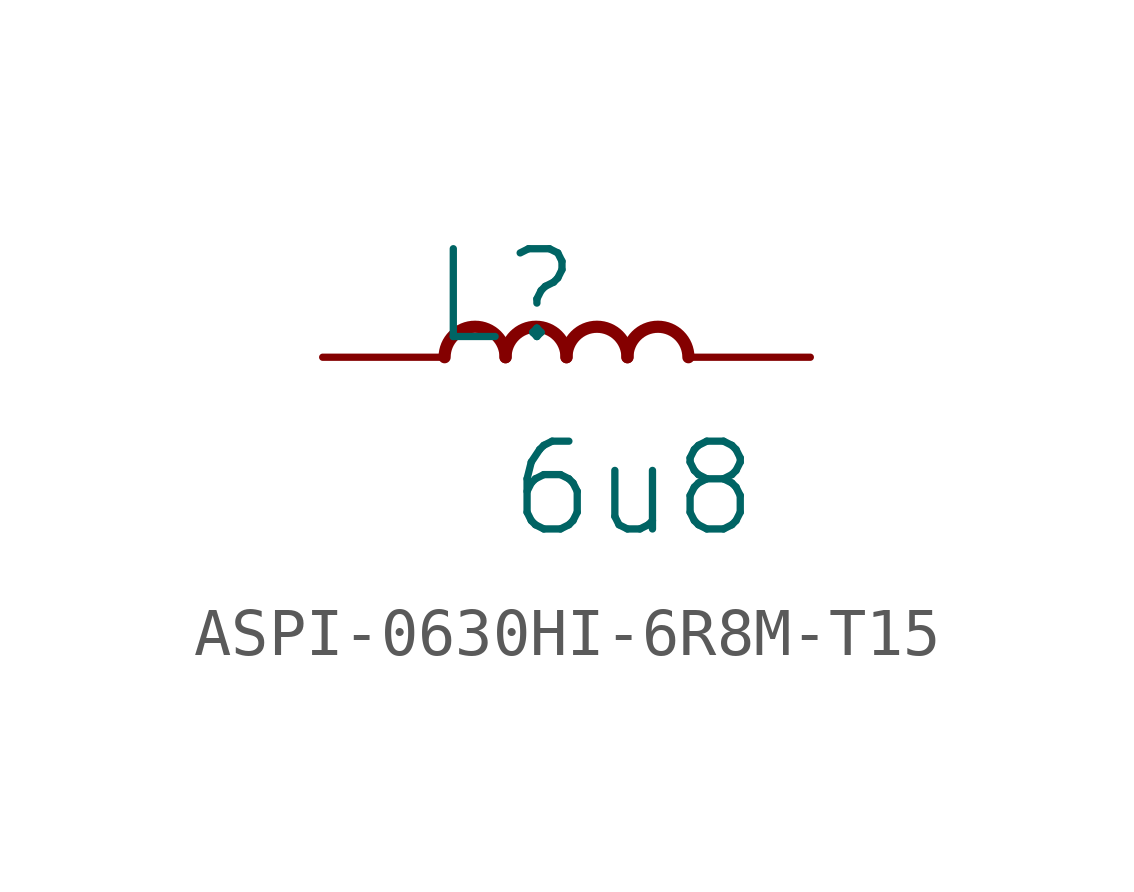
<source format=kicad_sym>
(kicad_symbol_lib
  (version 20231120)
  (generator "kicad_symbol_editor")
  (generator_version "8.0")
  (symbol "ASPI-0630HI-6R8M-T15"
    (property "Reference" "L"
      (at -1.27 1.27 0)
      (effects (font (size 1.829 1.829))))
    (property "Value" "6u8"
      (at -1.27 -3.81 0)
      (effects (font (size 1.829 1.829)) (justify left bottom)))
    (symbol "ASPI-0630HI-6R8M-T15_1_0"
      (arc (start -1.27 0) (mid -1.905 0.635) (end -2.54 0) (stroke (width 0.254) (type solid)) (fill (type none)))
      (arc (start 0 0) (mid -0.635 0.635) (end -1.27 0) (stroke (width 0.254) (type solid)) (fill (type none)))
      (arc (start 1.27 0) (mid 0.635 0.635) (end 0 0) (stroke (width 0.254) (type solid)) (fill (type none)))
      (arc (start 2.54 0) (mid 1.905 0.635) (end 1.27 0) (stroke (width 0.254) (type solid)) (fill (type none)))
      (pin passive line (at -5.08 0 0) (length 2.54) (name "1" (effects (font (size 0 0)))) (number "1" (effects (font (size 0 0)))))
      (pin passive line (at 5.08 0 180) (length 2.54) (name "2" (effects (font (size 0 0)))) (number "2" (effects (font (size 0 0))))))))
</source>
